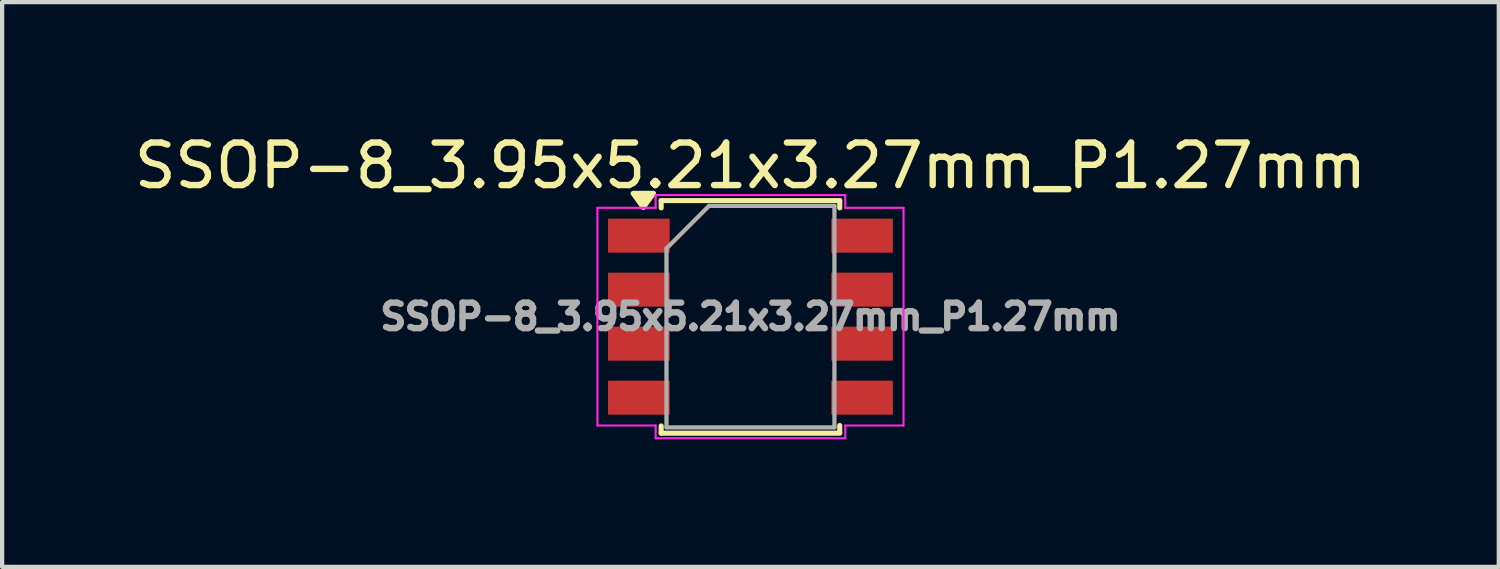
<source format=kicad_pcb>
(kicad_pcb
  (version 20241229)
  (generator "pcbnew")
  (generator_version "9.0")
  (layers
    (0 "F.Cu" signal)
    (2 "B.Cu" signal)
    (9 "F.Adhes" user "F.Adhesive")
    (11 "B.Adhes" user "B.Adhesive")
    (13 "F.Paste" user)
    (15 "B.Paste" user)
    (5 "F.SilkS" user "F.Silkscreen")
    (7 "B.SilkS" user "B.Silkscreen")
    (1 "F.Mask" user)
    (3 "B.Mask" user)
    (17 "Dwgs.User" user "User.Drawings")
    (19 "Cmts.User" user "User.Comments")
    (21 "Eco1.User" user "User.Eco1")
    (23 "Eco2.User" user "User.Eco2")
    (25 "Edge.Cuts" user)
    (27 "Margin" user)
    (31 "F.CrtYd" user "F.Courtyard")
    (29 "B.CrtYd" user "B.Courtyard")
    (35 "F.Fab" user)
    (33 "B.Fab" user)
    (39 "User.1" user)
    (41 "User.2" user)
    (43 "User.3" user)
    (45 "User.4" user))
  (footprint "SSOP-8_3.95x5.21x3.27mm_P1.27mm"
    (layer "F.Cu")
    (at 14.601 4.398)
    (property "Reference" "SSOP-8_3.95x5.21x3.27mm_P1.27mm" (at 0 -3.55 0) (layer "F.SilkS") (effects (font (size 1 1) (thickness 0.15))))
    (attr smd)
    (fp_line (start -2.1 -2.73) (end -2.1 -2.56) (stroke (width 0.12) (type solid)) (layer "F.SilkS"))
    (fp_line (start -2.1 2.57) (end -2.1 2.74) (stroke (width 0.12) (type solid)) (layer "F.SilkS"))
    (fp_line (start 2.1 -2.73) (end -2.1 -2.73) (stroke (width 0.12) (type solid)) (layer "F.SilkS"))
    (fp_line (start 2.1 -2.73) (end 2.1 -2.56) (stroke (width 0.12) (type solid)) (layer "F.SilkS"))
    (fp_line (start 2.1 2.56) (end 2.1 2.73) (stroke (width 0.12) (type solid)) (layer "F.SilkS"))
    (fp_line (start 2.1 2.74) (end -2.1 2.74) (stroke (width 0.12) (type solid)) (layer "F.SilkS"))
    (fp_poly (pts (xy -2.52 -2.57) (xy -2.76 -2.9) (xy -2.28 -2.9) (xy -2.52 -2.57)) (stroke (width 0.12) (type solid)) (fill yes) (layer "F.SilkS"))
    (fp_line (start -3.6 -2.56) (end -2.23 -2.56) (stroke (width 0.05) (type solid)) (layer "F.CrtYd"))
    (fp_line (start -3.6 2.56) (end -3.6 -2.56) (stroke (width 0.05) (type solid)) (layer "F.CrtYd"))
    (fp_line (start -3.6 2.56) (end -2.23 2.56) (stroke (width 0.05) (type solid)) (layer "F.CrtYd"))
    (fp_line (start -2.23 -2.86) (end 2.23 -2.86) (stroke (width 0.05) (type solid)) (layer "F.CrtYd"))
    (fp_line (start -2.23 -2.56) (end -2.23 -2.86) (stroke (width 0.05) (type solid)) (layer "F.CrtYd"))
    (fp_line (start -2.23 2.86) (end -2.23 2.56) (stroke (width 0.05) (type solid)) (layer "F.CrtYd"))
    (fp_line (start 2.23 -2.56) (end 2.23 -2.86) (stroke (width 0.05) (type solid)) (layer "F.CrtYd"))
    (fp_line (start 2.23 -2.56) (end 3.6 -2.56) (stroke (width 0.05) (type solid)) (layer "F.CrtYd"))
    (fp_line (start 2.23 2.56) (end 3.6 2.56) (stroke (width 0.05) (type solid)) (layer "F.CrtYd"))
    (fp_line (start 2.23 2.86) (end -2.23 2.86) (stroke (width 0.05) (type solid)) (layer "F.CrtYd"))
    (fp_line (start 2.23 2.86) (end 2.23 2.56) (stroke (width 0.05) (type solid)) (layer "F.CrtYd"))
    (fp_line (start 3.6 2.56) (end 3.6 -2.56) (stroke (width 0.05) (type solid)) (layer "F.CrtYd"))
    (fp_line (start -1.975 2.605) (end -1.975 -1.605) (stroke (width 0.1) (type solid)) (layer "F.Fab"))
    (fp_line (start -0.975 -2.605) (end -1.975 -1.605) (stroke (width 0.1) (type solid)) (layer "F.Fab"))
    (fp_line (start -0.975 -2.605) (end 1.975 -2.605) (stroke (width 0.1) (type solid)) (layer "F.Fab"))
    (fp_line (start 1.975 -2.605) (end 1.975 2.605) (stroke (width 0.1) (type solid)) (layer "F.Fab"))
    (fp_line (start 1.975 2.605) (end -1.975 2.605) (stroke (width 0.1) (type solid)) (layer "F.Fab"))
    (fp_text user "${REFERENCE}" (at 0 0 0) (layer "F.Fab") (effects (font (size 0.6 0.6) (thickness 0.15))))
    (pad "1" smd rect (at -2.625 -1.905) (size 1.45 0.8) (layers "F.Cu" "F.Mask" "F.Paste"))
    (pad "2" smd rect (at -2.625 -0.635) (size 1.45 0.8) (layers "F.Cu" "F.Mask" "F.Paste"))
    (pad "3" smd rect (at -2.625 0.635) (size 1.45 0.8) (layers "F.Cu" "F.Mask" "F.Paste"))
    (pad "4" smd rect (at -2.625 1.905) (size 1.45 0.8) (layers "F.Cu" "F.Mask" "F.Paste"))
    (pad "5" smd rect (at 2.625 1.905) (size 1.45 0.8) (layers "F.Cu" "F.Mask" "F.Paste"))
    (pad "6" smd rect (at 2.625 0.635) (size 1.45 0.8) (layers "F.Cu" "F.Mask" "F.Paste"))
    (pad "7" smd rect (at 2.625 -0.635) (size 1.45 0.8) (layers "F.Cu" "F.Mask" "F.Paste"))
    (pad "8" smd rect (at 2.625 -1.905) (size 1.45 0.8) (layers "F.Cu" "F.Mask" "F.Paste")))
  (gr_rect
    (start -3 -3)
    (end 32.202 10.283)
    (stroke (width 0.1) (type default))
    (fill no)
    (layer "Edge.Cuts")))
</source>
